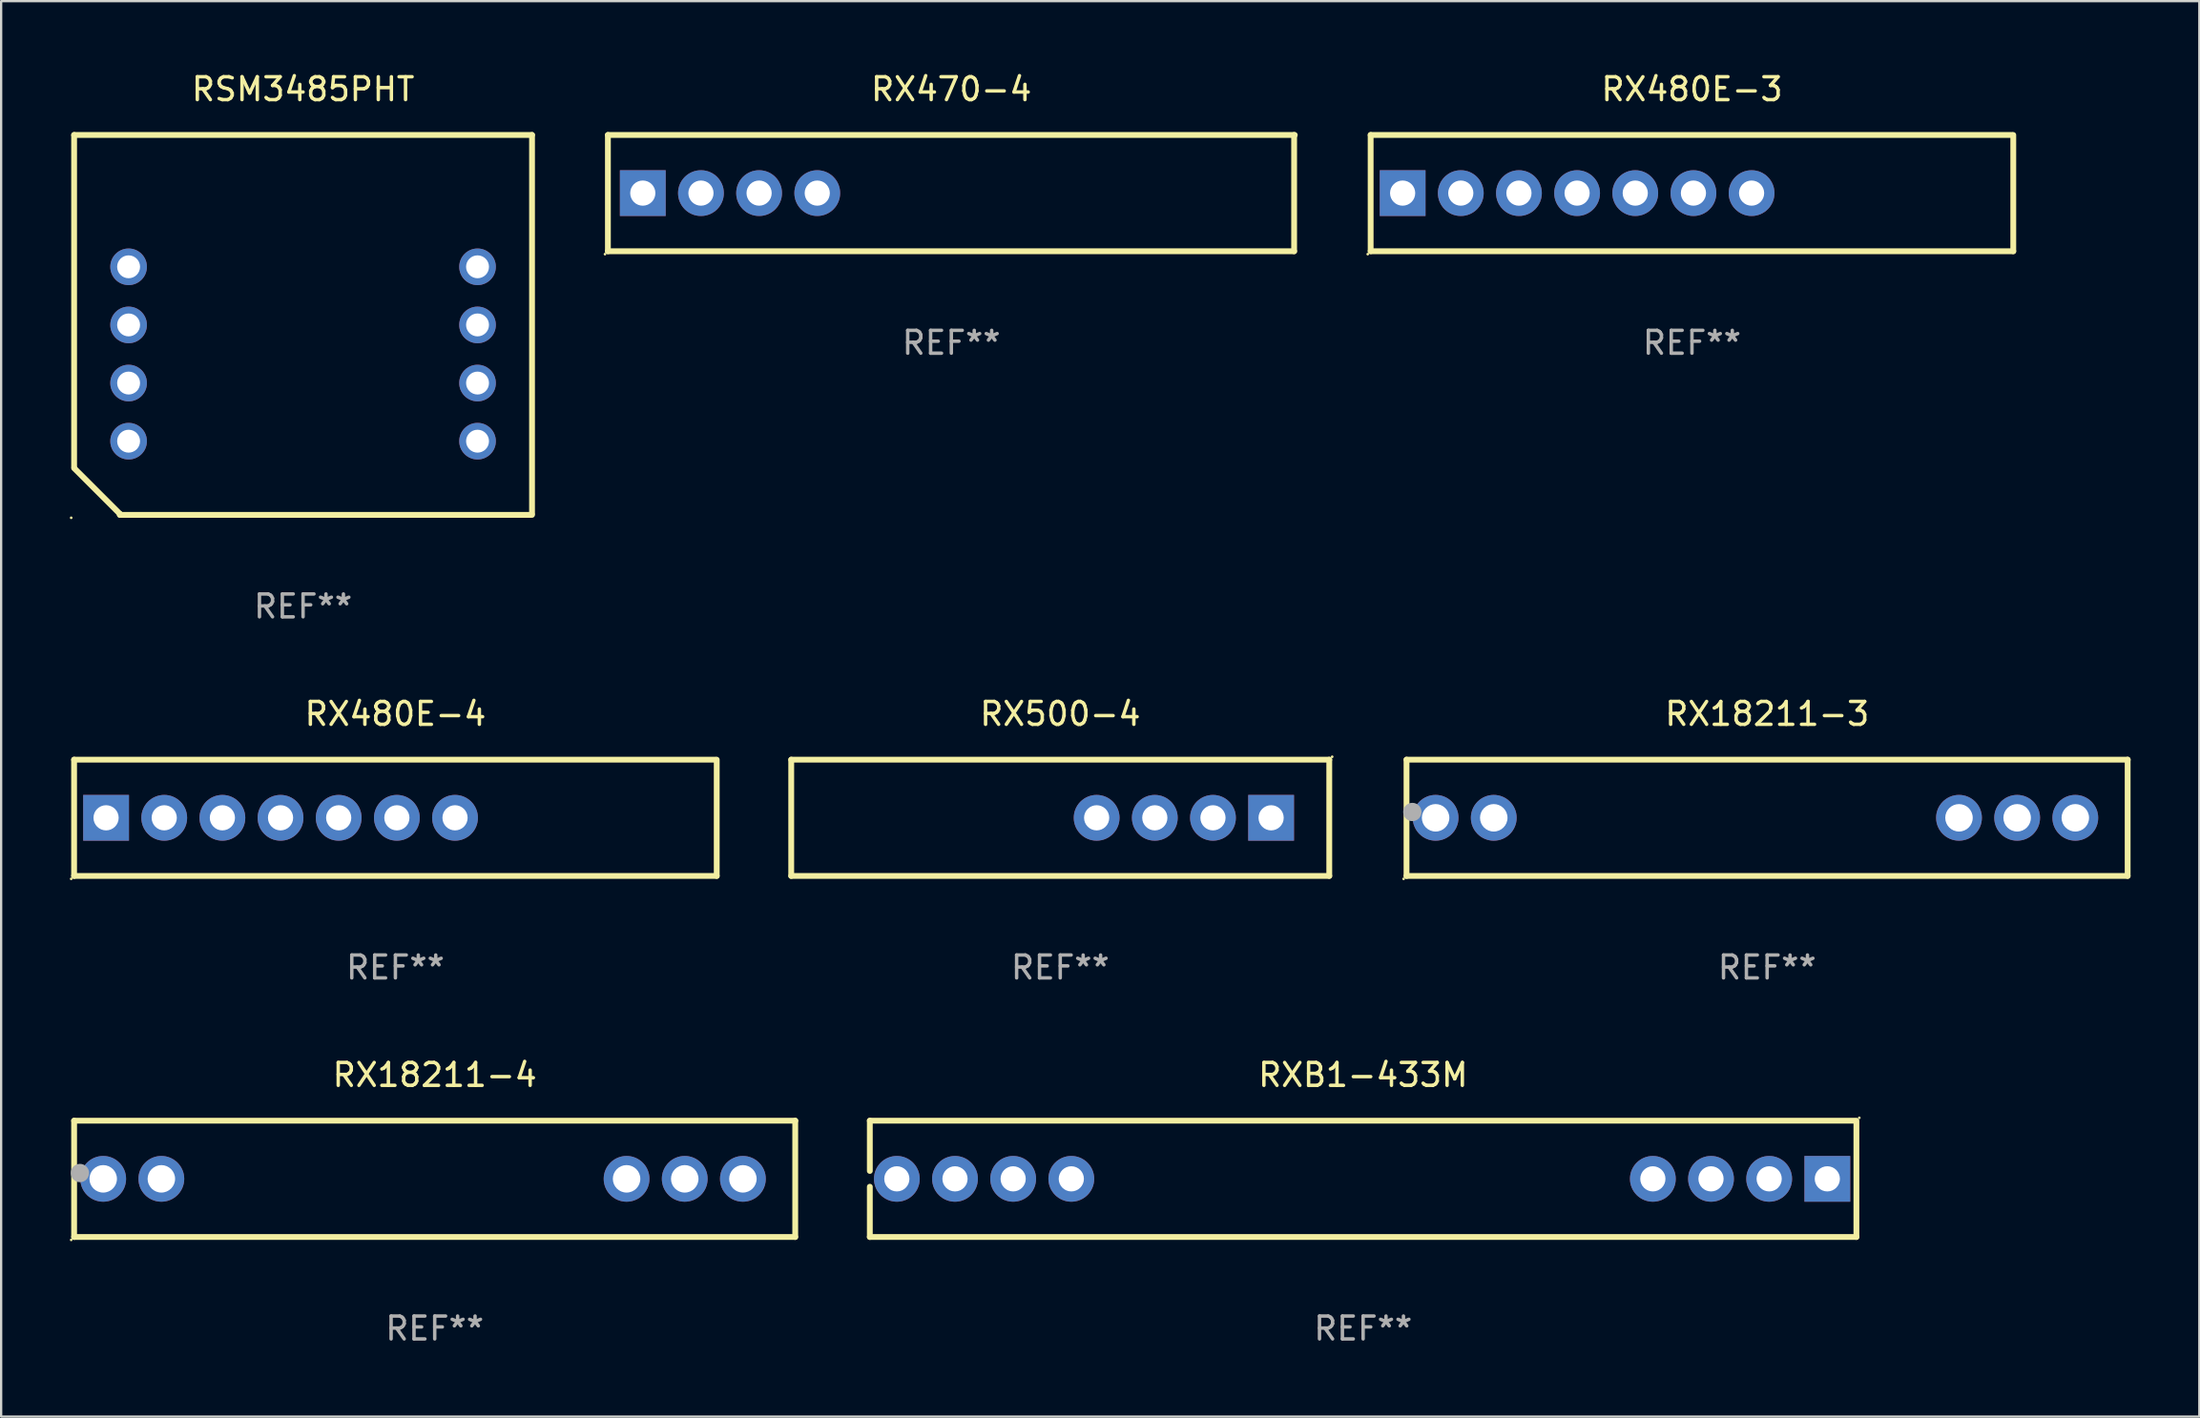
<source format=kicad_pcb>
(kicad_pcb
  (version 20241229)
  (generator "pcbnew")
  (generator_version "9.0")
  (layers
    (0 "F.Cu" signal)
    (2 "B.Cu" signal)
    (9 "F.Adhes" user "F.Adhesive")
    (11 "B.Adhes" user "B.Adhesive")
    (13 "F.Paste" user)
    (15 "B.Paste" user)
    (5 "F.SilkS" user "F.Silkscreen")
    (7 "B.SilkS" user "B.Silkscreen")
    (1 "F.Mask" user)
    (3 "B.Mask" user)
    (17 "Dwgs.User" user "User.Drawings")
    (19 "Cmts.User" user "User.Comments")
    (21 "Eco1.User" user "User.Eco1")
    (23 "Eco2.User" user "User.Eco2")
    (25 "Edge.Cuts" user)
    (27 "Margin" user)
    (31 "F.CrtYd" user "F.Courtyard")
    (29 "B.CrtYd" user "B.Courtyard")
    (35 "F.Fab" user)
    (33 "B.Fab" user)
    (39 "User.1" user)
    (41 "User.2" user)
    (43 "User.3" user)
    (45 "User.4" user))
  (footprint "RX18211-4"
    (layer "F.Cu")
    (at 15.937 48.461)
    (property "Reference" "RX18211-4" (at 0 -4.54 0) (layer "F.SilkS") (effects (font (size 1 1) (thickness 0.15))))
    (attr through_hole)
    (fp_line (start -15.75 -2.54) (end -15.75 2.54) (stroke (width 0.254) (type solid)) (layer "F.SilkS"))
    (fp_line (start -15.75 -2.54) (end 15.75 -2.54) (stroke (width 0.254) (type solid)) (layer "F.SilkS"))
    (fp_line (start -15.75 2.54) (end 15.746 2.54) (stroke (width 0.254) (type solid)) (layer "F.SilkS"))
    (fp_line (start 15.746 2.54) (end 15.746 -2.54) (stroke (width 0.254) (type solid)) (layer "F.SilkS"))
    (fp_circle (center -15.877 2.667) (end -15.847 2.667) (stroke (width 0.06) (type solid)) (fill no) (layer "F.SilkS"))
    (fp_circle (center -15.496 -0.254) (end -15.296 -0.254) (stroke (width 0.4) (type solid)) (fill no) (layer "F.Fab"))
    (fp_text user "REF**" (at 0 6.54 0) (layer "F.Fab") (effects (font (size 1 1) (thickness 0.15))))
    (pad "1" thru_hole circle (at -14.48 0) (size 2 2) (drill 1.2) (layers "*.Cu" "*.Mask"))
    (pad "2" thru_hole circle (at -11.94 0) (size 2 2) (drill 1.2) (layers "*.Cu" "*.Mask"))
    (pad "4" thru_hole circle (at 8.38 0) (size 2 2) (drill 1.2) (layers "*.Cu" "*.Mask"))
    (pad "5" thru_hole circle (at 10.92 0) (size 2 2) (drill 1.2) (layers "*.Cu" "*.Mask"))
    (pad "6" thru_hole circle (at 13.46 0) (size 2 2) (drill 1.2) (layers "*.Cu" "*.Mask")))
  (footprint "RX18211-3"
    (layer "F.Cu")
    (at 74.132 32.685)
    (property "Reference" "RX18211-3" (at 0 -4.54 0) (layer "F.SilkS") (effects (font (size 1 1) (thickness 0.15))))
    (attr through_hole)
    (fp_line (start -15.75 -2.54) (end -15.75 2.54) (stroke (width 0.254) (type solid)) (layer "F.SilkS"))
    (fp_line (start -15.75 -2.54) (end 15.75 -2.54) (stroke (width 0.254) (type solid)) (layer "F.SilkS"))
    (fp_line (start -15.75 2.54) (end 15.746 2.54) (stroke (width 0.254) (type solid)) (layer "F.SilkS"))
    (fp_line (start 15.746 2.54) (end 15.746 -2.54) (stroke (width 0.254) (type solid)) (layer "F.SilkS"))
    (fp_circle (center -15.877 2.667) (end -15.847 2.667) (stroke (width 0.06) (type solid)) (fill no) (layer "F.SilkS"))
    (fp_circle (center -15.496 -0.254) (end -15.296 -0.254) (stroke (width 0.4) (type solid)) (fill no) (layer "F.Fab"))
    (fp_text user "REF**" (at 0 6.54 0) (layer "F.Fab") (effects (font (size 1 1) (thickness 0.15))))
    (pad "1" thru_hole circle (at -14.48 0) (size 2 2) (drill 1.2) (layers "*.Cu" "*.Mask"))
    (pad "2" thru_hole circle (at -11.94 0) (size 2 2) (drill 1.2) (layers "*.Cu" "*.Mask"))
    (pad "4" thru_hole circle (at 8.38 0) (size 2 2) (drill 1.2) (layers "*.Cu" "*.Mask"))
    (pad "5" thru_hole circle (at 10.92 0) (size 2 2) (drill 1.2) (layers "*.Cu" "*.Mask"))
    (pad "6" thru_hole circle (at 13.46 0) (size 2 2) (drill 1.2) (layers "*.Cu" "*.Mask")))
  (footprint "RX480E-4"
    (layer "F.Cu")
    (at 14.22 32.685)
    (property "Reference" "RX480E-4" (at 0 -4.54 0) (layer "F.SilkS") (effects (font (size 1 1) (thickness 0.15))))
    (attr through_hole)
    (fp_line (start -14.034 -2.54) (end -14.034 2.54) (stroke (width 0.254) (type solid)) (layer "F.SilkS"))
    (fp_line (start -14.034 -2.54) (end 13.967 -2.54) (stroke (width 0.254) (type solid)) (layer "F.SilkS"))
    (fp_line (start -14.034 2.54) (end 14.034 2.54) (stroke (width 0.254) (type solid)) (layer "F.SilkS"))
    (fp_line (start 14.034 2.54) (end 14.034 -2.54) (stroke (width 0.254) (type solid)) (layer "F.SilkS"))
    (fp_circle (center -14.161 2.667) (end -14.131 2.667) (stroke (width 0.06) (type solid)) (fill no) (layer "F.SilkS"))
    (fp_text user "REF**" (at 0 6.54 0) (layer "F.Fab") (effects (font (size 1 1) (thickness 0.15))))
    (pad "1" thru_hole rect (at -12.637 0) (size 2 2) (drill 1.1) (layers "*.Cu" "*.Mask"))
    (pad "2" thru_hole circle (at -10.097 0) (size 2 2) (drill 1.1) (layers "*.Cu" "*.Mask"))
    (pad "3" thru_hole circle (at -7.557 0) (size 2 2) (drill 1.1) (layers "*.Cu" "*.Mask"))
    (pad "4" thru_hole circle (at -5.017 0) (size 2 2) (drill 1.1) (layers "*.Cu" "*.Mask"))
    (pad "5" thru_hole circle (at -2.477 0) (size 2 2) (drill 1.1) (layers "*.Cu" "*.Mask"))
    (pad "6" thru_hole circle (at 0.064 0) (size 2 2) (drill 1.1) (layers "*.Cu" "*.Mask"))
    (pad "7" thru_hole circle (at 2.604 0) (size 2 2) (drill 1.1) (layers "*.Cu" "*.Mask")))
  (footprint "RSM3485PHT"
    (layer "F.Cu")
    (at 10.187 11.148)
    (property "Reference" "RSM3485PHT" (at 0 -10.3 0) (layer "F.SilkS") (effects (font (size 1 1) (thickness 0.15))))
    (attr through_hole)
    (fp_line (start -10 -8.3) (end -10 6.2) (stroke (width 0.254) (type solid)) (layer "F.SilkS"))
    (fp_line (start -10 -8.3) (end 10 -8.3) (stroke (width 0.254) (type solid)) (layer "F.SilkS"))
    (fp_line (start -8 8.257) (end -10 6.257) (stroke (width 0.254) (type solid)) (layer "F.SilkS"))
    (fp_line (start -8 8.3) (end -8 8.257) (stroke (width 0.254) (type solid)) (layer "F.SilkS"))
    (fp_line (start -8 8.3) (end 10 8.3) (stroke (width 0.254) (type solid)) (layer "F.SilkS"))
    (fp_line (start 10 -8.3) (end 10 8.24) (stroke (width 0.254) (type solid)) (layer "F.SilkS"))
    (fp_circle (center -10.127 8.427) (end -10.097 8.427) (stroke (width 0.06) (type solid)) (fill no) (layer "F.SilkS"))
    (fp_text user "REF**" (at 0 12.3 0) (layer "F.Fab") (effects (font (size 1 1) (thickness 0.15))))
    (pad "1" thru_hole circle (at -7.62 5.08) (size 1.6 1.6) (drill 1) (layers "*.Cu" "*.Mask"))
    (pad "2" thru_hole circle (at -7.62 2.54) (size 1.6 1.6) (drill 1) (layers "*.Cu" "*.Mask"))
    (pad "3" thru_hole circle (at -7.62 0) (size 1.6 1.6) (drill 1) (layers "*.Cu" "*.Mask"))
    (pad "4" thru_hole circle (at -7.62 -2.54) (size 1.6 1.6) (drill 1) (layers "*.Cu" "*.Mask"))
    (pad "7" thru_hole circle (at 7.62 -2.54) (size 1.6 1.6) (drill 1) (layers "*.Cu" "*.Mask"))
    (pad "8" thru_hole circle (at 7.62 0) (size 1.6 1.6) (drill 1) (layers "*.Cu" "*.Mask"))
    (pad "9" thru_hole circle (at 7.62 2.54) (size 1.6 1.6) (drill 1) (layers "*.Cu" "*.Mask"))
    (pad "10" thru_hole circle (at 7.62 5.08) (size 1.6 1.6) (drill 1) (layers "*.Cu" "*.Mask")))
  (footprint "RX480E-3"
    (layer "F.Cu")
    (at 70.849 5.388)
    (property "Reference" "RX480E-3" (at 0 -4.54 0) (layer "F.SilkS") (effects (font (size 1 1) (thickness 0.15))))
    (attr through_hole)
    (fp_line (start -14.034 -2.54) (end -14.034 2.54) (stroke (width 0.254) (type solid)) (layer "F.SilkS"))
    (fp_line (start -14.034 -2.54) (end 13.967 -2.54) (stroke (width 0.254) (type solid)) (layer "F.SilkS"))
    (fp_line (start -14.034 2.54) (end 14.034 2.54) (stroke (width 0.254) (type solid)) (layer "F.SilkS"))
    (fp_line (start 14.034 2.54) (end 14.034 -2.54) (stroke (width 0.254) (type solid)) (layer "F.SilkS"))
    (fp_circle (center -14.161 2.667) (end -14.131 2.667) (stroke (width 0.06) (type solid)) (fill no) (layer "F.SilkS"))
    (fp_text user "REF**" (at 0 6.54 0) (layer "F.Fab") (effects (font (size 1 1) (thickness 0.15))))
    (pad "1" thru_hole rect (at -12.637 0) (size 2 2) (drill 1.1) (layers "*.Cu" "*.Mask"))
    (pad "2" thru_hole circle (at -10.097 0) (size 2 2) (drill 1.1) (layers "*.Cu" "*.Mask"))
    (pad "3" thru_hole circle (at -7.557 0) (size 2 2) (drill 1.1) (layers "*.Cu" "*.Mask"))
    (pad "4" thru_hole circle (at -5.017 0) (size 2 2) (drill 1.1) (layers "*.Cu" "*.Mask"))
    (pad "5" thru_hole circle (at -2.477 0) (size 2 2) (drill 1.1) (layers "*.Cu" "*.Mask"))
    (pad "6" thru_hole circle (at 0.064 0) (size 2 2) (drill 1.1) (layers "*.Cu" "*.Mask"))
    (pad "7" thru_hole circle (at 2.604 0) (size 2 2) (drill 1.1) (layers "*.Cu" "*.Mask")))
  (footprint "RXB1-433M"
    (layer "F.Cu")
    (at 56.486 48.461)
    (property "Reference" "RXB1-433M" (at 0 -4.54 0) (layer "F.SilkS") (effects (font (size 1 1) (thickness 0.15))))
    (attr through_hole)
    (fp_line (start -21.545 -2.54) (end -21.545 -0.345) (stroke (width 0.254) (type solid)) (layer "F.SilkS"))
    (fp_line (start -21.545 -2.54) (end 21.455 -2.54) (stroke (width 0.254) (type solid)) (layer "F.SilkS"))
    (fp_line (start -21.545 0.345) (end -21.545 2.54) (stroke (width 0.254) (type solid)) (layer "F.SilkS"))
    (fp_line (start -21.545 2.54) (end 21.545 2.54) (stroke (width 0.254) (type solid)) (layer "F.SilkS"))
    (fp_line (start 21.545 2.54) (end 21.545 -2.54) (stroke (width 0.254) (type solid)) (layer "F.SilkS"))
    (fp_circle (center 21.672 -2.667) (end 21.702 -2.667) (stroke (width 0.06) (type solid)) (fill no) (layer "F.SilkS"))
    (fp_text user "REF**" (at 0 6.54 0) (layer "F.Fab") (effects (font (size 1 1) (thickness 0.15))))
    (pad "1" thru_hole rect (at 20.275 0) (size 2 2) (drill 1.1) (layers "*.Cu" "*.Mask"))
    (pad "2" thru_hole circle (at 17.735 0) (size 2 2) (drill 1.1) (layers "*.Cu" "*.Mask"))
    (pad "3" thru_hole circle (at 15.195 0) (size 2 2) (drill 1.1) (layers "*.Cu" "*.Mask"))
    (pad "4" thru_hole circle (at 12.655 0) (size 2 2) (drill 1.1) (layers "*.Cu" "*.Mask"))
    (pad "5" thru_hole circle (at -12.745 0) (size 2 2) (drill 1.1) (layers "*.Cu" "*.Mask"))
    (pad "6" thru_hole circle (at -15.285 0) (size 2 2) (drill 1.1) (layers "*.Cu" "*.Mask"))
    (pad "7" thru_hole circle (at -17.825 0) (size 2 2) (drill 1.1) (layers "*.Cu" "*.Mask"))
    (pad "8" thru_hole circle (at -20.365 0) (size 2 2) (drill 1.1) (layers "*.Cu" "*.Mask")))
  (footprint "RX470-4"
    (layer "F.Cu")
    (at 38.501 5.388)
    (property "Reference" "RX470-4" (at 0 -4.54 0) (layer "F.SilkS") (effects (font (size 1 1) (thickness 0.15))))
    (attr through_hole)
    (fp_line (start -15 -2.54) (end -15 2.54) (stroke (width 0.254) (type solid)) (layer "F.SilkS"))
    (fp_line (start -15 -2.54) (end 15 -2.54) (stroke (width 0.254) (type solid)) (layer "F.SilkS"))
    (fp_line (start -15 2.54) (end 14.972 2.54) (stroke (width 0.254) (type solid)) (layer "F.SilkS"))
    (fp_line (start 14.972 2.54) (end 14.972 -2.54) (stroke (width 0.254) (type solid)) (layer "F.SilkS"))
    (fp_circle (center -15.127 2.667) (end -15.097 2.667) (stroke (width 0.06) (type solid)) (fill no) (layer "F.SilkS"))
    (fp_text user "REF**" (at 0 6.54 0) (layer "F.Fab") (effects (font (size 1 1) (thickness 0.15))))
    (pad "1" thru_hole rect (at -13.476 0) (size 2 2) (drill 1.1) (layers "*.Cu" "*.Mask"))
    (pad "2" thru_hole circle (at -10.936 0) (size 2 2) (drill 1.1) (layers "*.Cu" "*.Mask"))
    (pad "3" thru_hole circle (at -8.396 0) (size 2 2) (drill 1.1) (layers "*.Cu" "*.Mask"))
    (pad "4" thru_hole circle (at -5.856 0) (size 2 2) (drill 1.1) (layers "*.Cu" "*.Mask")))
  (footprint "RX500-4"
    (layer "F.Cu")
    (at 43.258 32.685)
    (property "Reference" "RX500-4" (at 0 -4.54 0) (layer "F.SilkS") (effects (font (size 1 1) (thickness 0.15))))
    (attr through_hole)
    (fp_line (start -11.75 -2.54) (end -11.75 2.54) (stroke (width 0.254) (type solid)) (layer "F.SilkS"))
    (fp_line (start -11.75 2.54) (end 11.75 2.54) (stroke (width 0.254) (type solid)) (layer "F.SilkS"))
    (fp_line (start 11.75 -2.54) (end -11.75 -2.54) (stroke (width 0.254) (type solid)) (layer "F.SilkS"))
    (fp_line (start 11.75 2.54) (end 11.75 -2.54) (stroke (width 0.254) (type solid)) (layer "F.SilkS"))
    (fp_circle (center 11.877 -2.667) (end 11.907 -2.667) (stroke (width 0.06) (type solid)) (fill no) (layer "F.SilkS"))
    (fp_text user "REF**" (at 0 6.54 0) (layer "F.Fab") (effects (font (size 1 1) (thickness 0.15))))
    (pad "1" thru_hole rect (at 9.21 0) (size 2 2) (drill 1.1) (layers "*.Cu" "*.Mask"))
    (pad "2" thru_hole circle (at 6.67 0) (size 2 2) (drill 1.1) (layers "*.Cu" "*.Mask"))
    (pad "3" thru_hole circle (at 4.13 0) (size 2 2) (drill 1.1) (layers "*.Cu" "*.Mask"))
    (pad "4" thru_hole circle (at 1.59 0) (size 2 2) (drill 1.1) (layers "*.Cu" "*.Mask")))
  (gr_rect
    (start -3 -3)
    (end 93.009 58.85)
    (stroke (width 0.1) (type default))
    (fill no)
    (layer "Edge.Cuts")))
</source>
